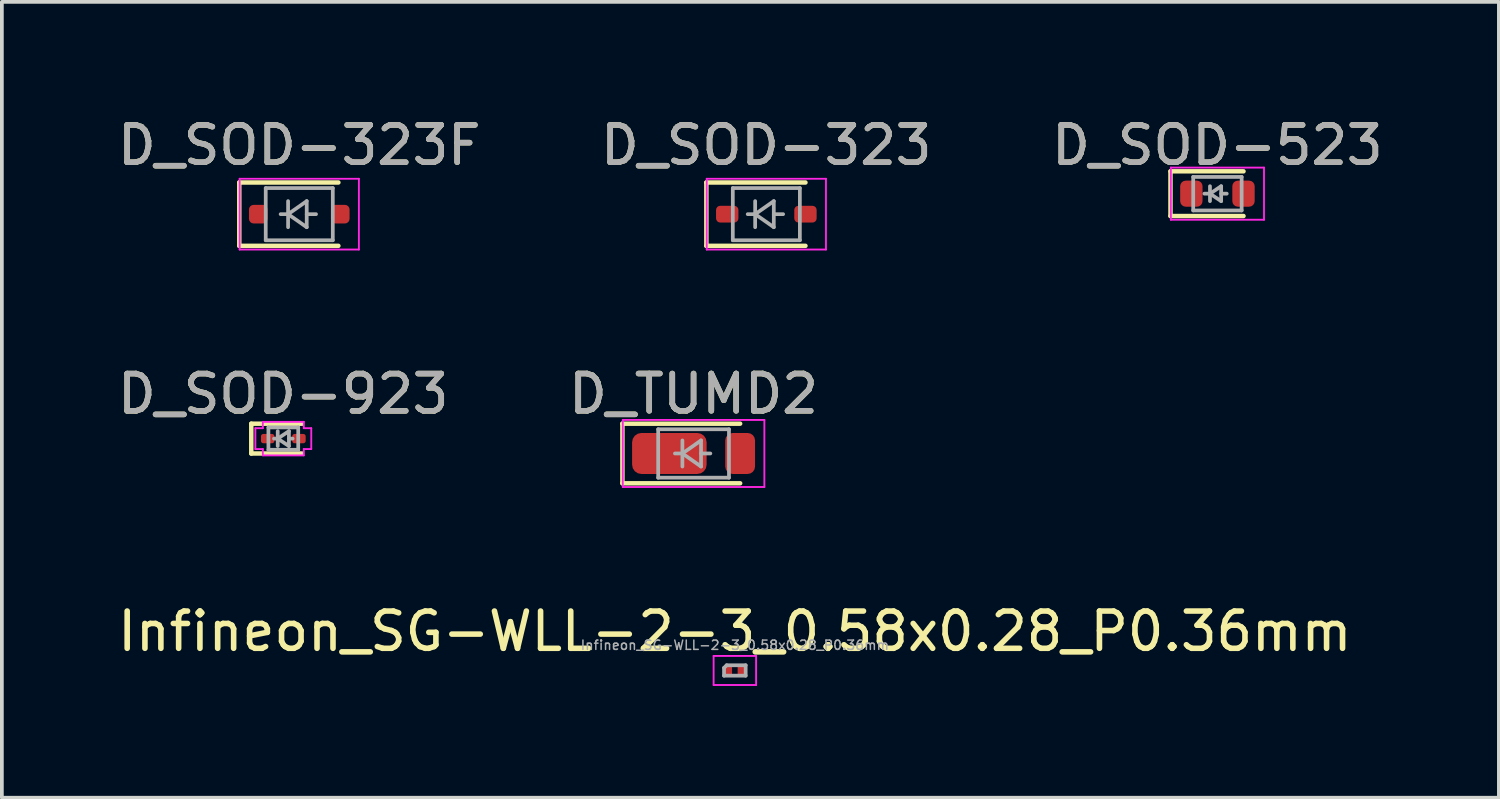
<source format=kicad_pcb>
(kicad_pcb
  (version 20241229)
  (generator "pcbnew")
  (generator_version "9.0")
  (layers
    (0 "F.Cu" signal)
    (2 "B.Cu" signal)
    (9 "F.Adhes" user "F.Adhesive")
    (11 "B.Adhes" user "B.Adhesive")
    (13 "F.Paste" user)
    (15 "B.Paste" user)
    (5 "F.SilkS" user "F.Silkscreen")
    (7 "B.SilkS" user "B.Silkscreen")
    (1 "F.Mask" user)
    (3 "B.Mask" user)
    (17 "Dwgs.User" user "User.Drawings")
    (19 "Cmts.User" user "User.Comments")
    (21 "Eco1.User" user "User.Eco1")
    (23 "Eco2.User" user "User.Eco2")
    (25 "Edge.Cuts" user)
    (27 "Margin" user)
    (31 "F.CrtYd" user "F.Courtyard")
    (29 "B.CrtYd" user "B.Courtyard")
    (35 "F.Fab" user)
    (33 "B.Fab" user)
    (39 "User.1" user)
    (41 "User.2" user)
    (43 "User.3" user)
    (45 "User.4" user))
  (footprint "Infineon_SG-WLL-2-3_0.58x0.28_P0.36mm"
    (layer "F.Cu")
    (at 16.673 14.945)
    (property "Reference" "Infineon_SG-WLL-2-3_0.58x0.28_P0.36mm" (at 0 -1.05 0) (layer "F.SilkS") (effects (font (size 1 1) (thickness 0.15))))
    (attr smd)
    (fp_line (start -0.57 -0.39) (end -0.57 0.39) (stroke (width 0.05) (type solid)) (layer "F.CrtYd"))
    (fp_line (start -0.57 0.39) (end 0.57 0.39) (stroke (width 0.05) (type solid)) (layer "F.CrtYd"))
    (fp_line (start 0.57 -0.39) (end -0.57 -0.39) (stroke (width 0.05) (type solid)) (layer "F.CrtYd"))
    (fp_line (start 0.57 0.39) (end 0.57 -0.39) (stroke (width 0.05) (type solid)) (layer "F.CrtYd"))
    (fp_line (start -0.29 -0.07) (end -0.22 -0.14) (stroke (width 0.1) (type solid)) (layer "F.Fab"))
    (fp_line (start -0.29 0.14) (end -0.29 -0.07) (stroke (width 0.1) (type solid)) (layer "F.Fab"))
    (fp_line (start -0.22 -0.14) (end 0.29 -0.14) (stroke (width 0.1) (type solid)) (layer "F.Fab"))
    (fp_line (start 0.29 -0.14) (end 0.29 0.14) (stroke (width 0.1) (type solid)) (layer "F.Fab"))
    (fp_line (start 0.29 0.14) (end -0.29 0.14) (stroke (width 0.1) (type solid)) (layer "F.Fab"))
    (fp_text user "${REFERENCE}" (at 0 -0.68 0) (layer "F.Fab") (effects (font (size 0.25 0.25) (thickness 0.04))))
    (pad "" smd roundrect (at -0.185 0) (size 0.21 0.29) (layers "F.Paste") (roundrect_rratio 0.476))
    (pad "" smd roundrect (at 0.185 0) (size 0.21 0.29) (layers "F.Paste") (roundrect_rratio 0.476))
    (pad "1" smd roundrect (at -0.185 0) (size 0.22 0.3) (layers "F.Cu" "F.Mask") (roundrect_rratio 0.25))
    (pad "2" smd roundrect (at 0.185 0) (size 0.22 0.3) (layers "F.Cu" "F.Mask") (roundrect_rratio 0.25)))
  (footprint "D_SOD-523"
    (layer "F.Cu")
    (at 29.625 2.148)
    (property "Reference" "D_SOD-523" (at 0 -1.3 0) (layer "F.SilkS") (effects (font (size 1 1) (thickness 0.15))))
    (attr smd)
    (fp_line (start -1.26 -0.6) (end -1.26 0.6) (stroke (width 0.12) (type solid)) (layer "F.SilkS"))
    (fp_line (start 0.7 -0.6) (end -1.26 -0.6) (stroke (width 0.12) (type solid)) (layer "F.SilkS"))
    (fp_line (start 0.7 0.6) (end -1.26 0.6) (stroke (width 0.12) (type solid)) (layer "F.SilkS"))
    (fp_line (start -1.25 -0.7) (end 1.25 -0.7) (stroke (width 0.05) (type solid)) (layer "F.CrtYd"))
    (fp_line (start -1.25 0.7) (end -1.25 -0.7) (stroke (width 0.05) (type solid)) (layer "F.CrtYd"))
    (fp_line (start 1.25 -0.7) (end 1.25 0.7) (stroke (width 0.05) (type solid)) (layer "F.CrtYd"))
    (fp_line (start 1.25 0.7) (end -1.25 0.7) (stroke (width 0.05) (type solid)) (layer "F.CrtYd"))
    (fp_line (start -0.65 -0.45) (end 0.65 -0.45) (stroke (width 0.1) (type solid)) (layer "F.Fab"))
    (fp_line (start -0.65 0.45) (end -0.65 -0.45) (stroke (width 0.1) (type solid)) (layer "F.Fab"))
    (fp_line (start -0.2 0) (end -0.35 0) (stroke (width 0.1) (type solid)) (layer "F.Fab"))
    (fp_line (start -0.2 0) (end 0.1 0.2) (stroke (width 0.1) (type solid)) (layer "F.Fab"))
    (fp_line (start -0.2 0.2) (end -0.2 -0.2) (stroke (width 0.1) (type solid)) (layer "F.Fab"))
    (fp_line (start 0.1 -0.2) (end -0.2 0) (stroke (width 0.1) (type solid)) (layer "F.Fab"))
    (fp_line (start 0.1 0) (end 0.25 0) (stroke (width 0.1) (type solid)) (layer "F.Fab"))
    (fp_line (start 0.1 0.2) (end 0.1 -0.2) (stroke (width 0.1) (type solid)) (layer "F.Fab"))
    (fp_line (start 0.65 -0.45) (end 0.65 0.45) (stroke (width 0.1) (type solid)) (layer "F.Fab"))
    (fp_line (start 0.65 0.45) (end -0.65 0.45) (stroke (width 0.1) (type solid)) (layer "F.Fab"))
    (fp_text user "${REFERENCE}" (at 0 -1.3 0) (layer "F.Fab") (effects (font (size 1 1) (thickness 0.15))))
    (pad "1" smd roundrect (at -0.7 0 180) (size 0.6 0.7) (layers "F.Cu" "F.Mask" "F.Paste") (roundrect_rratio 0.25))
    (pad "2" smd roundrect (at 0.7 0 180) (size 0.6 0.7) (layers "F.Cu" "F.Mask" "F.Paste") (roundrect_rratio 0.25)))
  (footprint "D_SOD-323"
    (layer "F.Cu")
    (at 17.518 2.698)
    (property "Reference" "D_SOD-323" (at 0 -1.85 0) (layer "F.SilkS") (effects (font (size 1 1) (thickness 0.15))))
    (attr smd)
    (fp_line (start -1.61 -0.85) (end -1.61 0.85) (stroke (width 0.12) (type solid)) (layer "F.SilkS"))
    (fp_line (start -1.61 -0.85) (end 1.05 -0.85) (stroke (width 0.12) (type solid)) (layer "F.SilkS"))
    (fp_line (start -1.61 0.85) (end 1.05 0.85) (stroke (width 0.12) (type solid)) (layer "F.SilkS"))
    (fp_line (start -1.6 -0.95) (end -1.6 0.95) (stroke (width 0.05) (type solid)) (layer "F.CrtYd"))
    (fp_line (start -1.6 -0.95) (end 1.6 -0.95) (stroke (width 0.05) (type solid)) (layer "F.CrtYd"))
    (fp_line (start -1.6 0.95) (end 1.6 0.95) (stroke (width 0.05) (type solid)) (layer "F.CrtYd"))
    (fp_line (start 1.6 -0.95) (end 1.6 0.95) (stroke (width 0.05) (type solid)) (layer "F.CrtYd"))
    (fp_line (start -0.9 -0.7) (end 0.9 -0.7) (stroke (width 0.1) (type solid)) (layer "F.Fab"))
    (fp_line (start -0.9 0.7) (end -0.9 -0.7) (stroke (width 0.1) (type solid)) (layer "F.Fab"))
    (fp_line (start -0.3 -0.35) (end -0.3 0.35) (stroke (width 0.1) (type solid)) (layer "F.Fab"))
    (fp_line (start -0.3 0) (end -0.5 0) (stroke (width 0.1) (type solid)) (layer "F.Fab"))
    (fp_line (start -0.3 0) (end 0.2 -0.35) (stroke (width 0.1) (type solid)) (layer "F.Fab"))
    (fp_line (start 0.2 -0.35) (end 0.2 0.35) (stroke (width 0.1) (type solid)) (layer "F.Fab"))
    (fp_line (start 0.2 0) (end 0.45 0) (stroke (width 0.1) (type solid)) (layer "F.Fab"))
    (fp_line (start 0.2 0.35) (end -0.3 0) (stroke (width 0.1) (type solid)) (layer "F.Fab"))
    (fp_line (start 0.9 -0.7) (end 0.9 0.7) (stroke (width 0.1) (type solid)) (layer "F.Fab"))
    (fp_line (start 0.9 0.7) (end -0.9 0.7) (stroke (width 0.1) (type solid)) (layer "F.Fab"))
    (fp_text user "${REFERENCE}" (at 0 -1.85 0) (layer "F.Fab") (effects (font (size 1 1) (thickness 0.15))))
    (pad "1" smd roundrect (at -1.05 0) (size 0.6 0.45) (layers "F.Cu" "F.Mask" "F.Paste") (roundrect_rratio 0.25))
    (pad "2" smd roundrect (at 1.05 0) (size 0.6 0.45) (layers "F.Cu" "F.Mask" "F.Paste") (roundrect_rratio 0.25)))
  (footprint "D_SOD-323F"
    (layer "F.Cu")
    (at 4.982 2.698)
    (property "Reference" "D_SOD-323F" (at 0 -1.85 0) (layer "F.SilkS") (effects (font (size 1 1) (thickness 0.15))))
    (attr smd)
    (fp_line (start -1.61 -0.85) (end -1.61 0.85) (stroke (width 0.12) (type solid)) (layer "F.SilkS"))
    (fp_line (start -1.61 -0.85) (end 1.05 -0.85) (stroke (width 0.12) (type solid)) (layer "F.SilkS"))
    (fp_line (start -1.61 0.85) (end 1.05 0.85) (stroke (width 0.12) (type solid)) (layer "F.SilkS"))
    (fp_line (start -1.6 -0.95) (end -1.6 0.95) (stroke (width 0.05) (type solid)) (layer "F.CrtYd"))
    (fp_line (start -1.6 -0.95) (end 1.6 -0.95) (stroke (width 0.05) (type solid)) (layer "F.CrtYd"))
    (fp_line (start -1.6 0.95) (end 1.6 0.95) (stroke (width 0.05) (type solid)) (layer "F.CrtYd"))
    (fp_line (start 1.6 -0.95) (end 1.6 0.95) (stroke (width 0.05) (type solid)) (layer "F.CrtYd"))
    (fp_line (start -0.9 -0.7) (end 0.9 -0.7) (stroke (width 0.1) (type solid)) (layer "F.Fab"))
    (fp_line (start -0.9 0.7) (end -0.9 -0.7) (stroke (width 0.1) (type solid)) (layer "F.Fab"))
    (fp_line (start -0.3 -0.35) (end -0.3 0.35) (stroke (width 0.1) (type solid)) (layer "F.Fab"))
    (fp_line (start -0.3 0) (end -0.5 0) (stroke (width 0.1) (type solid)) (layer "F.Fab"))
    (fp_line (start -0.3 0) (end 0.2 -0.35) (stroke (width 0.1) (type solid)) (layer "F.Fab"))
    (fp_line (start 0.2 -0.35) (end 0.2 0.35) (stroke (width 0.1) (type solid)) (layer "F.Fab"))
    (fp_line (start 0.2 0) (end 0.45 0) (stroke (width 0.1) (type solid)) (layer "F.Fab"))
    (fp_line (start 0.2 0.35) (end -0.3 0) (stroke (width 0.1) (type solid)) (layer "F.Fab"))
    (fp_line (start 0.9 -0.7) (end 0.9 0.7) (stroke (width 0.1) (type solid)) (layer "F.Fab"))
    (fp_line (start 0.9 0.7) (end -0.9 0.7) (stroke (width 0.1) (type solid)) (layer "F.Fab"))
    (fp_text user "${REFERENCE}" (at 0 -1.85 0) (layer "F.Fab") (effects (font (size 1 1) (thickness 0.15))))
    (pad "1" smd roundrect (at -1.1 0) (size 0.5 0.5) (layers "F.Cu" "F.Mask" "F.Paste") (roundrect_rratio 0.25))
    (pad "2" smd roundrect (at 1.1 0) (size 0.5 0.5) (layers "F.Cu" "F.Mask" "F.Paste") (roundrect_rratio 0.25)))
  (footprint "D_SOD-923"
    (layer "F.Cu")
    (at 4.554 8.722)
    (property "Reference" "D_SOD-923" (at 0 -1.2 0) (layer "F.SilkS") (effects (font (size 1 1) (thickness 0.15))))
    (attr smd)
    (fp_line (start -0.86 -0.4) (end -0.86 0.4) (stroke (width 0.12) (type solid)) (layer "F.SilkS"))
    (fp_line (start 0.5 -0.4) (end -0.86 -0.4) (stroke (width 0.12) (type solid)) (layer "F.SilkS"))
    (fp_line (start 0.5 0.4) (end -0.86 0.4) (stroke (width 0.12) (type solid)) (layer "F.SilkS"))
    (fp_line (start -0.75 -0.28) (end -0.75 0.28) (stroke (width 0.05) (type solid)) (layer "F.CrtYd"))
    (fp_line (start -0.75 0.28) (end -0.55 0.28) (stroke (width 0.05) (type solid)) (layer "F.CrtYd"))
    (fp_line (start -0.55 -0.45) (end 0.55 -0.45) (stroke (width 0.05) (type solid)) (layer "F.CrtYd"))
    (fp_line (start -0.55 -0.28) (end -0.75 -0.28) (stroke (width 0.05) (type solid)) (layer "F.CrtYd"))
    (fp_line (start -0.55 -0.28) (end -0.55 -0.45) (stroke (width 0.05) (type solid)) (layer "F.CrtYd"))
    (fp_line (start -0.55 0.45) (end -0.55 0.28) (stroke (width 0.05) (type solid)) (layer "F.CrtYd"))
    (fp_line (start 0.55 -0.45) (end 0.55 -0.28) (stroke (width 0.05) (type solid)) (layer "F.CrtYd"))
    (fp_line (start 0.55 -0.28) (end 0.75 -0.28) (stroke (width 0.05) (type solid)) (layer "F.CrtYd"))
    (fp_line (start 0.55 0.28) (end 0.55 0.45) (stroke (width 0.05) (type solid)) (layer "F.CrtYd"))
    (fp_line (start 0.55 0.45) (end -0.55 0.45) (stroke (width 0.05) (type solid)) (layer "F.CrtYd"))
    (fp_line (start 0.75 -0.28) (end 0.75 0.28) (stroke (width 0.05) (type solid)) (layer "F.CrtYd"))
    (fp_line (start 0.75 0.28) (end 0.55 0.28) (stroke (width 0.05) (type solid)) (layer "F.CrtYd"))
    (fp_line (start -0.4 -0.3) (end 0.4 -0.3) (stroke (width 0.1) (type solid)) (layer "F.Fab"))
    (fp_line (start -0.4 0.3) (end -0.4 -0.3) (stroke (width 0.1) (type solid)) (layer "F.Fab"))
    (fp_line (start -0.15 0) (end -0.25 0) (stroke (width 0.1) (type solid)) (layer "F.Fab"))
    (fp_line (start -0.15 0) (end 0.15 0.2) (stroke (width 0.1) (type solid)) (layer "F.Fab"))
    (fp_line (start -0.15 0.2) (end -0.15 -0.2) (stroke (width 0.1) (type solid)) (layer "F.Fab"))
    (fp_line (start 0.15 -0.2) (end -0.15 0) (stroke (width 0.1) (type solid)) (layer "F.Fab"))
    (fp_line (start 0.15 0) (end 0.25 0) (stroke (width 0.1) (type solid)) (layer "F.Fab"))
    (fp_line (start 0.15 0.2) (end 0.15 -0.2) (stroke (width 0.1) (type solid)) (layer "F.Fab"))
    (fp_line (start 0.4 -0.3) (end 0.4 0.3) (stroke (width 0.1) (type solid)) (layer "F.Fab"))
    (fp_line (start 0.4 0.3) (end -0.4 0.3) (stroke (width 0.1) (type solid)) (layer "F.Fab"))
    (fp_text user "${REFERENCE}" (at 0 -1.2 0) (layer "F.Fab") (effects (font (size 1 1) (thickness 0.15))))
    (pad "1" smd roundrect (at -0.42 0 180) (size 0.36 0.25) (layers "F.Cu" "F.Mask" "F.Paste") (roundrect_rratio 0.25))
    (pad "2" smd roundrect (at 0.42 0 180) (size 0.36 0.25) (layers "F.Cu" "F.Mask" "F.Paste") (roundrect_rratio 0.25)))
  (footprint "D_TUMD2"
    (layer "F.Cu")
    (at 15.565 9.121)
    (property "Reference" "D_TUMD2" (at 0 -1.6 0) (layer "F.SilkS") (effects (font (size 1 1) (thickness 0.15))))
    (attr smd)
    (fp_line (start -1.91 -0.8) (end 1.25 -0.8) (stroke (width 0.12) (type solid)) (layer "F.SilkS"))
    (fp_line (start -1.91 0.8) (end -1.91 -0.8) (stroke (width 0.12) (type solid)) (layer "F.SilkS"))
    (fp_line (start 1.25 0.8) (end -1.91 0.8) (stroke (width 0.12) (type solid)) (layer "F.SilkS"))
    (fp_line (start -1.9 -0.9) (end 1.9 -0.9) (stroke (width 0.05) (type solid)) (layer "F.CrtYd"))
    (fp_line (start -1.9 0.9) (end -1.9 -0.9) (stroke (width 0.05) (type solid)) (layer "F.CrtYd"))
    (fp_line (start 1.9 -0.9) (end 1.9 0.9) (stroke (width 0.05) (type solid)) (layer "F.CrtYd"))
    (fp_line (start 1.9 0.9) (end -1.9 0.9) (stroke (width 0.05) (type solid)) (layer "F.CrtYd"))
    (fp_line (start -0.95 -0.65) (end 0.95 -0.65) (stroke (width 0.1) (type solid)) (layer "F.Fab"))
    (fp_line (start -0.95 0.65) (end -0.95 -0.65) (stroke (width 0.1) (type solid)) (layer "F.Fab"))
    (fp_line (start -0.3 -0.35) (end -0.3 0.35) (stroke (width 0.1) (type solid)) (layer "F.Fab"))
    (fp_line (start -0.3 0) (end -0.5 0) (stroke (width 0.1) (type solid)) (layer "F.Fab"))
    (fp_line (start -0.3 0) (end 0.2 -0.35) (stroke (width 0.1) (type solid)) (layer "F.Fab"))
    (fp_line (start 0.2 -0.35) (end 0.2 0.35) (stroke (width 0.1) (type solid)) (layer "F.Fab"))
    (fp_line (start 0.2 0) (end 0.45 0) (stroke (width 0.1) (type solid)) (layer "F.Fab"))
    (fp_line (start 0.2 0.35) (end -0.3 0) (stroke (width 0.1) (type solid)) (layer "F.Fab"))
    (fp_line (start 0.95 -0.65) (end 0.95 0.65) (stroke (width 0.1) (type solid)) (layer "F.Fab"))
    (fp_line (start 0.95 0.65) (end -0.95 0.65) (stroke (width 0.1) (type solid)) (layer "F.Fab"))
    (fp_text user "${REFERENCE}" (at 0 -1.6 0) (layer "F.Fab") (effects (font (size 1 1) (thickness 0.15))))
    (pad "1" smd roundrect (at -0.65 0 180) (size 2 1.1) (layers "F.Cu" "F.Mask" "F.Paste") (roundrect_rratio 0.227))
    (pad "2" smd roundrect (at 1.25 0 180) (size 0.8 1.1) (layers "F.Cu" "F.Mask" "F.Paste") (roundrect_rratio 0.25)))
  (gr_rect
    (start -3 -3)
    (end 37.179 18.36)
    (stroke (width 0.1) (type default))
    (fill no)
    (layer "Edge.Cuts")))
</source>
